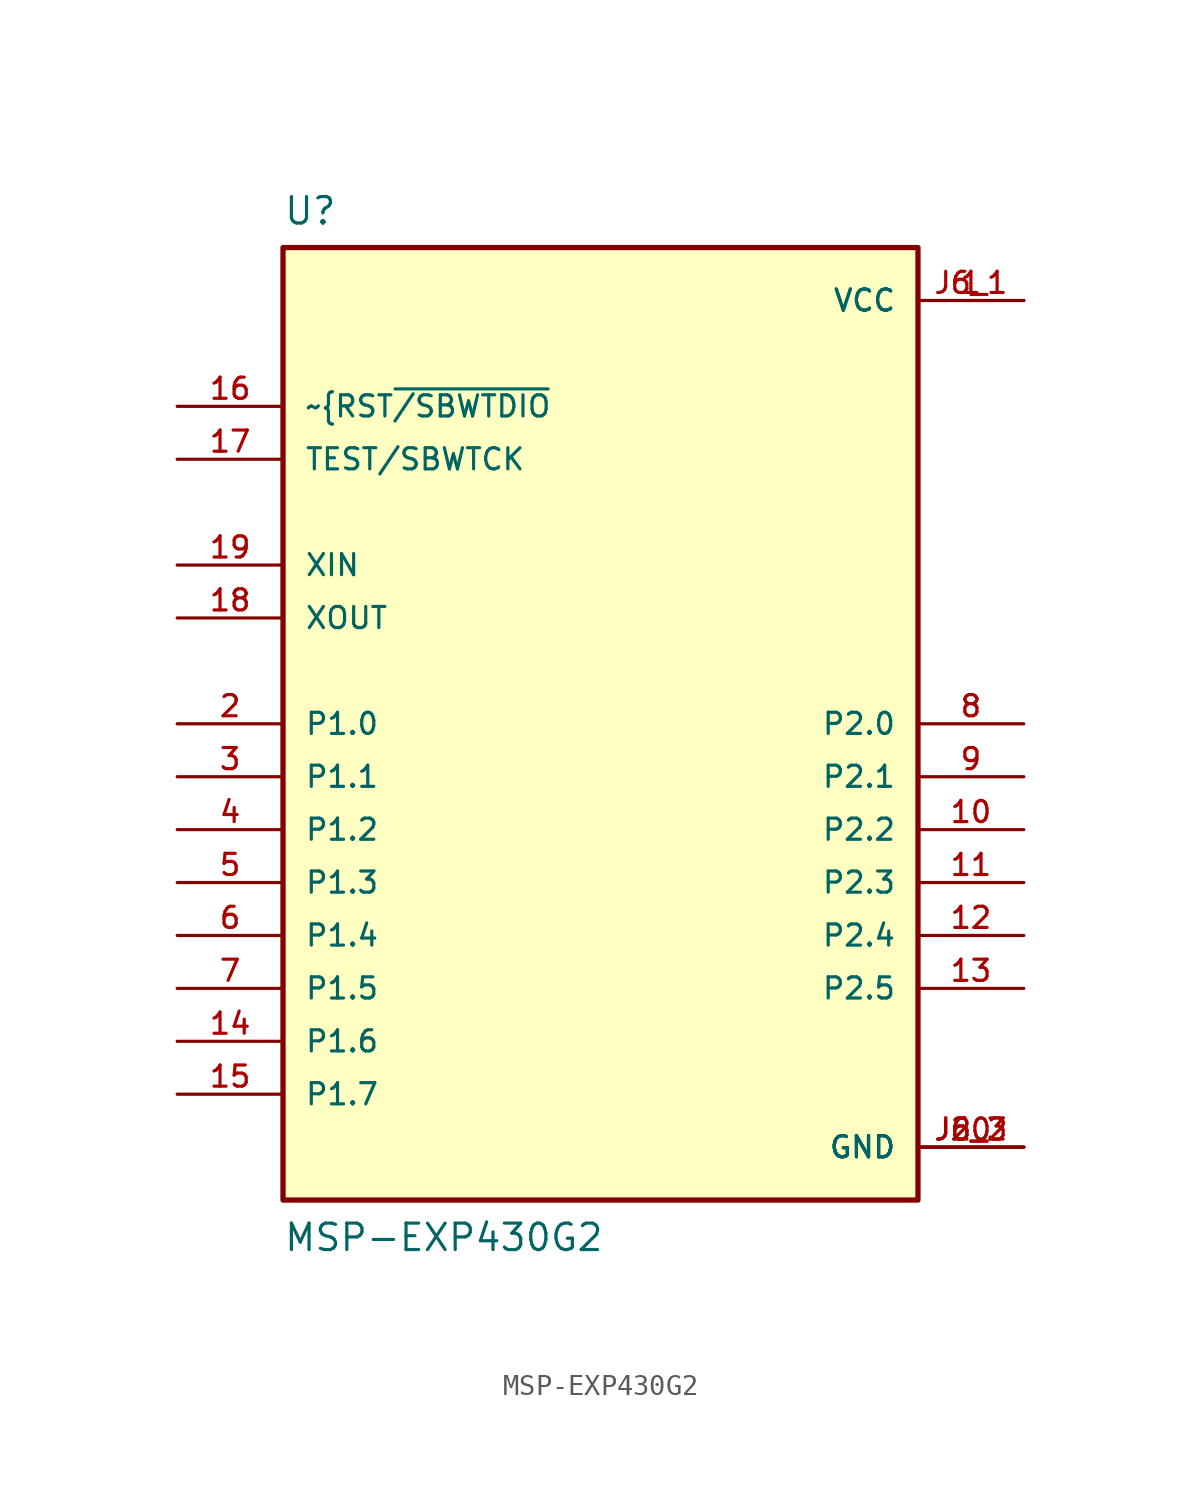
<source format=kicad_sym>
(kicad_symbol_lib
  (version 20211014)
  (generator kicad_symbol_editor)
  (symbol "MSP-EXP430G2"
    (pin_names
      (offset 1.016))
    (property "Reference" "U"
      (at -15.24 23.876 0)
      (effects (font (size 1.27 1.27)) (justify bottom left)))
    (property "Value" "MSP-EXP430G2"
      (at -15.24 -25.4 0)
      (effects (font (size 1.27 1.27)) (justify bottom left)))
    (symbol "MSP-EXP430G2_0_0"
      (rectangle (start -15.24 -22.86) (end 15.24 22.86) (stroke (width 0.254)) (fill (type background)))
      (pin power_in line (at 20.32 20.32 180.0) (length 5.08) (name "VCC" (effects (font (size 1.016 1.016)))) (number "1" (effects (font (size 1.016 1.016)))))
      (pin power_in line (at 20.32 20.32 180.0) (length 5.08) (name "VCC" (effects (font (size 1.016 1.016)))) (number "J6_1" (effects (font (size 1.016 1.016)))))
      (pin bidirectional line (at -20.32 0.0 0) (length 5.08) (name "P1.0" (effects (font (size 1.016 1.016)))) (number "2" (effects (font (size 1.016 1.016)))))
      (pin bidirectional line (at -20.32 -2.54 0) (length 5.08) (name "P1.1" (effects (font (size 1.016 1.016)))) (number "3" (effects (font (size 1.016 1.016)))))
      (pin bidirectional line (at -20.32 -5.08 0) (length 5.08) (name "P1.2" (effects (font (size 1.016 1.016)))) (number "4" (effects (font (size 1.016 1.016)))))
      (pin bidirectional line (at -20.32 -7.62 0) (length 5.08) (name "P1.3" (effects (font (size 1.016 1.016)))) (number "5" (effects (font (size 1.016 1.016)))))
      (pin bidirectional line (at -20.32 -10.16 0) (length 5.08) (name "P1.4" (effects (font (size 1.016 1.016)))) (number "6" (effects (font (size 1.016 1.016)))))
      (pin bidirectional line (at -20.32 -12.7 0) (length 5.08) (name "P1.5" (effects (font (size 1.016 1.016)))) (number "7" (effects (font (size 1.016 1.016)))))
      (pin bidirectional line (at 20.32 0.0 180.0) (length 5.08) (name "P2.0" (effects (font (size 1.016 1.016)))) (number "8" (effects (font (size 1.016 1.016)))))
      (pin bidirectional line (at 20.32 -2.54 180.0) (length 5.08) (name "P2.1" (effects (font (size 1.016 1.016)))) (number "9" (effects (font (size 1.016 1.016)))))
      (pin bidirectional line (at 20.32 -5.08 180.0) (length 5.08) (name "P2.2" (effects (font (size 1.016 1.016)))) (number "10" (effects (font (size 1.016 1.016)))))
      (pin bidirectional line (at 20.32 -7.62 180.0) (length 5.08) (name "P2.3" (effects (font (size 1.016 1.016)))) (number "11" (effects (font (size 1.016 1.016)))))
      (pin bidirectional line (at 20.32 -10.16 180.0) (length 5.08) (name "P2.4" (effects (font (size 1.016 1.016)))) (number "12" (effects (font (size 1.016 1.016)))))
      (pin bidirectional line (at 20.32 -12.7 180.0) (length 5.08) (name "P2.5" (effects (font (size 1.016 1.016)))) (number "13" (effects (font (size 1.016 1.016)))))
      (pin bidirectional line (at -20.32 -15.24 0) (length 5.08) (name "P1.6" (effects (font (size 1.016 1.016)))) (number "14" (effects (font (size 1.016 1.016)))))
      (pin bidirectional line (at -20.32 -17.78 0) (length 5.08) (name "P1.7" (effects (font (size 1.016 1.016)))) (number "15" (effects (font (size 1.016 1.016)))))
      (pin bidirectional line (at -20.32 15.24 0) (length 5.08) (name "~{RST~{/SBWTDIO}" (effects (font (size 1.016 1.016)))) (number "16" (effects (font (size 1.016 1.016)))))
      (pin input line (at -20.32 12.7 0) (length 5.08) (name "TEST/SBWTCK" (effects (font (size 1.016 1.016)))) (number "17" (effects (font (size 1.016 1.016)))))
      (pin output line (at -20.32 5.08 0) (length 5.08) (name "XOUT" (effects (font (size 1.016 1.016)))) (number "18" (effects (font (size 1.016 1.016)))))
      (pin input line (at -20.32 7.62 0) (length 5.08) (name "XIN" (effects (font (size 1.016 1.016)))) (number "19" (effects (font (size 1.016 1.016)))))
      (pin power_in line (at 20.32 -20.32 180.0) (length 5.08) (name "GND" (effects (font (size 1.016 1.016)))) (number "20" (effects (font (size 1.016 1.016)))))
      (pin power_in line (at 20.32 -20.32 180.0) (length 5.08) (name "GND" (effects (font (size 1.016 1.016)))) (number "J6_2" (effects (font (size 1.016 1.016)))))
      (pin power_in line (at 20.32 -20.32 180.0) (length 5.08) (name "GND" (effects (font (size 1.016 1.016)))) (number "J6_3" (effects (font (size 1.016 1.016))))))))
</source>
